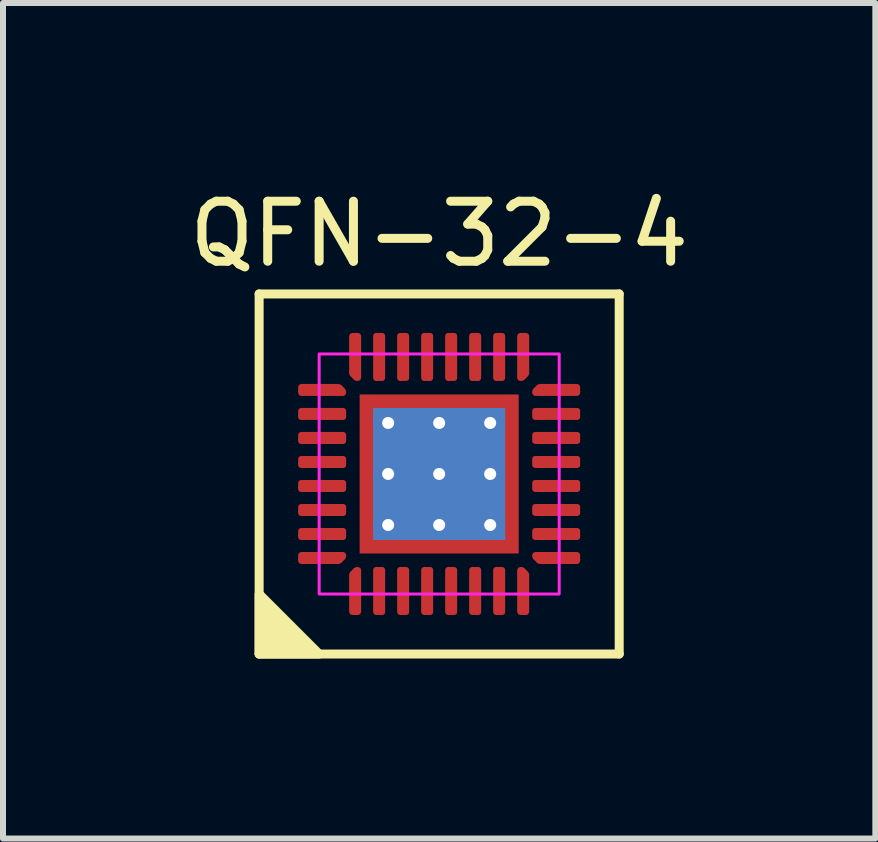
<source format=kicad_pcb>
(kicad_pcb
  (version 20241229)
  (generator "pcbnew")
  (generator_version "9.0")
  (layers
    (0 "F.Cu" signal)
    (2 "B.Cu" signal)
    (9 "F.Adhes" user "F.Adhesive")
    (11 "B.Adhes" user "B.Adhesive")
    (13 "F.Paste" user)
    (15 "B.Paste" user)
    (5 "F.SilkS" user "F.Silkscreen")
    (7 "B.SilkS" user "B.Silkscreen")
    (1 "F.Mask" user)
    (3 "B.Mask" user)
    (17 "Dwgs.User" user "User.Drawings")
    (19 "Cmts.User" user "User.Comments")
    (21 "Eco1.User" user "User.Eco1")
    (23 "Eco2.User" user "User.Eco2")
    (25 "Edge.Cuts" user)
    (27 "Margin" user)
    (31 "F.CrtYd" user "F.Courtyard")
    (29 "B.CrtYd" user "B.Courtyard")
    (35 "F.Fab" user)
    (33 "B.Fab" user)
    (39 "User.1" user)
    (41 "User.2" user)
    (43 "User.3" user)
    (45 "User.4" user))
  (footprint "QFN-32-4"
    (layer "F.Cu")
    (at 4.268 4.848)
    (property "Reference" "QFN-32-4" (at 0 -4 0) (layer "F.SilkS") (effects (font (size 1 1) (thickness 0.15))))
    (attr smd)
    (fp_line (start -3 3) (end -3 -3) (stroke (width 0.15) (type default)) (layer "F.SilkS"))
    (fp_line (start -3 -3) (end 3 -3) (stroke (width 0.15) (type default)) (layer "F.SilkS"))
    (fp_line (start 3 -3) (end 3 3) (stroke (width 0.15) (type default)) (layer "F.SilkS"))
    (fp_line (start 3 3) (end -3 3) (stroke (width 0.15) (type default)) (layer "F.SilkS"))
    (fp_poly (pts (xy -3 3) (xy -2 3) (xy -3 2)) (stroke (width 0.15) (type default)) (fill yes) (layer "F.SilkS"))
    (fp_poly (pts (xy -2 2) (xy 2 2) (xy 2 -2) (xy -2 -2) (xy -2 2)) (stroke (width 0.05) (type solid)) (fill no) (layer "F.CrtYd"))
    (pad "" smd roundrect (at -0.66 -0.66 90) (size 1.07 1.07) (layers "F.Paste") (roundrect_rratio 0.234))
    (pad "" smd roundrect (at -0.66 0.66 90) (size 1.07 1.07) (layers "F.Paste") (roundrect_rratio 0.234))
    (pad "" smd roundrect (at 0.66 -0.66 90) (size 1.07 1.07) (layers "F.Paste") (roundrect_rratio 0.234))
    (pad "" smd roundrect (at 0.66 0.66 90) (size 1.07 1.07) (layers "F.Paste") (roundrect_rratio 0.234))
    (pad "1" smd custom (at -1.4 1.95 90) (size 0.129 0.129) (layers "F.Cu" "F.Mask" "F.Paste") (options (anchor circle)) (primitives (gr_poly (pts (xy -0.35 -0.05) (xy 0.279 -0.05) (xy 0.35 0.021) (xy 0.35 0.05) (xy -0.35 0.05)) (width 0.1) (fill yes))))
    (pad "2" smd roundrect (at -1 1.95 90) (size 0.8 0.2) (layers "F.Cu" "F.Mask" "F.Paste") (roundrect_rratio 0.25))
    (pad "3" smd roundrect (at -0.6 1.95 90) (size 0.8 0.2) (layers "F.Cu" "F.Mask" "F.Paste") (roundrect_rratio 0.25))
    (pad "4" smd roundrect (at -0.2 1.95 90) (size 0.8 0.2) (layers "F.Cu" "F.Mask" "F.Paste") (roundrect_rratio 0.25))
    (pad "5" smd roundrect (at 0.2 1.95 90) (size 0.8 0.2) (layers "F.Cu" "F.Mask" "F.Paste") (roundrect_rratio 0.25))
    (pad "6" smd roundrect (at 0.6 1.95 90) (size 0.8 0.2) (layers "F.Cu" "F.Mask" "F.Paste") (roundrect_rratio 0.25))
    (pad "7" smd roundrect (at 1 1.95 90) (size 0.8 0.2) (layers "F.Cu" "F.Mask" "F.Paste") (roundrect_rratio 0.25))
    (pad "8" smd custom (at 1.4 1.95 90) (size 0.129 0.129) (layers "F.Cu" "F.Mask" "F.Paste") (options (anchor circle)) (primitives (gr_poly (pts (xy -0.35 -0.05) (xy 0.35 -0.05) (xy 0.35 -0.021) (xy 0.279 0.05) (xy -0.35 0.05)) (width 0.1) (fill yes))))
    (pad "9" smd custom (at 1.95 1.4 90) (size 0.129 0.129) (layers "F.Cu" "F.Mask" "F.Paste") (options (anchor circle)) (primitives (gr_poly (pts (xy -0.05 -0.279) (xy 0.021 -0.35) (xy 0.05 -0.35) (xy 0.05 0.35) (xy -0.05 0.35)) (width 0.1) (fill yes))))
    (pad "10" smd roundrect (at 1.95 1 90) (size 0.2 0.8) (layers "F.Cu" "F.Mask" "F.Paste") (roundrect_rratio 0.25))
    (pad "11" smd roundrect (at 1.95 0.6 90) (size 0.2 0.8) (layers "F.Cu" "F.Mask" "F.Paste") (roundrect_rratio 0.25))
    (pad "12" smd roundrect (at 1.95 0.2 90) (size 0.2 0.8) (layers "F.Cu" "F.Mask" "F.Paste") (roundrect_rratio 0.25))
    (pad "13" smd roundrect (at 1.95 -0.2 90) (size 0.2 0.8) (layers "F.Cu" "F.Mask" "F.Paste") (roundrect_rratio 0.25))
    (pad "14" smd roundrect (at 1.95 -0.6 90) (size 0.2 0.8) (layers "F.Cu" "F.Mask" "F.Paste") (roundrect_rratio 0.25))
    (pad "15" smd roundrect (at 1.95 -1 90) (size 0.2 0.8) (layers "F.Cu" "F.Mask" "F.Paste") (roundrect_rratio 0.25))
    (pad "16" smd custom (at 1.95 -1.4 90) (size 0.129 0.129) (layers "F.Cu" "F.Mask" "F.Paste") (options (anchor circle)) (primitives (gr_poly (pts (xy -0.05 -0.35) (xy -0.021 -0.35) (xy 0.05 -0.279) (xy 0.05 0.35) (xy -0.05 0.35)) (width 0.1) (fill yes))))
    (pad "17" smd custom (at 1.4 -1.95 90) (size 0.129 0.129) (layers "F.Cu" "F.Mask" "F.Paste") (options (anchor circle)) (primitives (gr_poly (pts (xy -0.35 -0.05) (xy 0.35 -0.05) (xy 0.35 0.05) (xy -0.279 0.05) (xy -0.35 -0.021)) (width 0.1) (fill yes))))
    (pad "18" smd roundrect (at 1 -1.95 90) (size 0.8 0.2) (layers "F.Cu" "F.Mask" "F.Paste") (roundrect_rratio 0.25))
    (pad "19" smd roundrect (at 0.6 -1.95 90) (size 0.8 0.2) (layers "F.Cu" "F.Mask" "F.Paste") (roundrect_rratio 0.25))
    (pad "20" smd roundrect (at 0.2 -1.95 90) (size 0.8 0.2) (layers "F.Cu" "F.Mask" "F.Paste") (roundrect_rratio 0.25))
    (pad "21" smd roundrect (at -0.2 -1.95 90) (size 0.8 0.2) (layers "F.Cu" "F.Mask" "F.Paste") (roundrect_rratio 0.25))
    (pad "22" smd roundrect (at -0.6 -1.95 90) (size 0.8 0.2) (layers "F.Cu" "F.Mask" "F.Paste") (roundrect_rratio 0.25))
    (pad "23" smd roundrect (at -1 -1.95 90) (size 0.8 0.2) (layers "F.Cu" "F.Mask" "F.Paste") (roundrect_rratio 0.25))
    (pad "24" smd custom (at -1.4 -1.95 90) (size 0.129 0.129) (layers "F.Cu" "F.Mask" "F.Paste") (options (anchor circle)) (primitives (gr_poly (pts (xy -0.35 0.021) (xy -0.279 -0.05) (xy 0.35 -0.05) (xy 0.35 0.05) (xy -0.35 0.05)) (width 0.1) (fill yes))))
    (pad "25" smd custom (at -1.95 -1.4 90) (size 0.129 0.129) (layers "F.Cu" "F.Mask" "F.Paste") (options (anchor circle)) (primitives (gr_poly (pts (xy -0.05 -0.35) (xy 0.05 -0.35) (xy 0.05 0.279) (xy -0.021 0.35) (xy -0.05 0.35)) (width 0.1) (fill yes))))
    (pad "26" smd roundrect (at -1.95 -1 90) (size 0.2 0.8) (layers "F.Cu" "F.Mask" "F.Paste") (roundrect_rratio 0.25))
    (pad "27" smd roundrect (at -1.95 -0.6 90) (size 0.2 0.8) (layers "F.Cu" "F.Mask" "F.Paste") (roundrect_rratio 0.25))
    (pad "28" smd roundrect (at -1.95 -0.2 90) (size 0.2 0.8) (layers "F.Cu" "F.Mask" "F.Paste") (roundrect_rratio 0.25))
    (pad "29" smd roundrect (at -1.95 0.2 90) (size 0.2 0.8) (layers "F.Cu" "F.Mask" "F.Paste") (roundrect_rratio 0.25))
    (pad "30" smd roundrect (at -1.95 0.6 90) (size 0.2 0.8) (layers "F.Cu" "F.Mask" "F.Paste") (roundrect_rratio 0.25))
    (pad "31" smd roundrect (at -1.95 1 90) (size 0.2 0.8) (layers "F.Cu" "F.Mask" "F.Paste") (roundrect_rratio 0.25))
    (pad "32" smd custom (at -1.95 1.4 90) (size 0.129 0.129) (layers "F.Cu" "F.Mask" "F.Paste") (options (anchor circle)) (primitives (gr_poly (pts (xy -0.05 -0.35) (xy 0.05 -0.35) (xy 0.05 0.35) (xy 0.021 0.35) (xy -0.05 0.279)) (width 0.1) (fill yes))))
    (pad "33" thru_hole circle (at -0.85 -0.85 90) (size 0.5 0.5) (drill 0.2) (property pad_prop_heatsink) (layers "*.Cu"))
    (pad "33" thru_hole circle (at -0.85 0 90) (size 0.5 0.5) (drill 0.2) (property pad_prop_heatsink) (layers "*.Cu"))
    (pad "33" thru_hole circle (at -0.85 0.85 90) (size 0.5 0.5) (drill 0.2) (property pad_prop_heatsink) (layers "*.Cu"))
    (pad "33" thru_hole circle (at 0 -0.85 90) (size 0.5 0.5) (drill 0.2) (property pad_prop_heatsink) (layers "*.Cu"))
    (pad "33" thru_hole circle (at 0 0 90) (size 0.5 0.5) (drill 0.2) (property pad_prop_heatsink) (layers "*.Cu"))
    (pad "33" smd rect (at 0 0 90) (size 2.2 2.2) (property pad_prop_heatsink) (layers "B.Cu"))
    (pad "33" smd rect (at 0 0 90) (size 2.65 2.65) (property pad_prop_heatsink) (layers "F.Cu" "F.Mask"))
    (pad "33" thru_hole circle (at 0 0.85 90) (size 0.5 0.5) (drill 0.2) (property pad_prop_heatsink) (layers "*.Cu"))
    (pad "33" thru_hole circle (at 0.85 -0.85 90) (size 0.5 0.5) (drill 0.2) (property pad_prop_heatsink) (layers "*.Cu"))
    (pad "33" thru_hole circle (at 0.85 0 90) (size 0.5 0.5) (drill 0.2) (property pad_prop_heatsink) (layers "*.Cu"))
    (pad "33" thru_hole circle (at 0.85 0.85 90) (size 0.5 0.5) (drill 0.2) (property pad_prop_heatsink) (layers "*.Cu")))
  (gr_rect
    (start -3 -3)
    (end 11.536 10.923)
    (stroke (width 0.1) (type default))
    (fill no)
    (layer "Edge.Cuts")))
</source>
